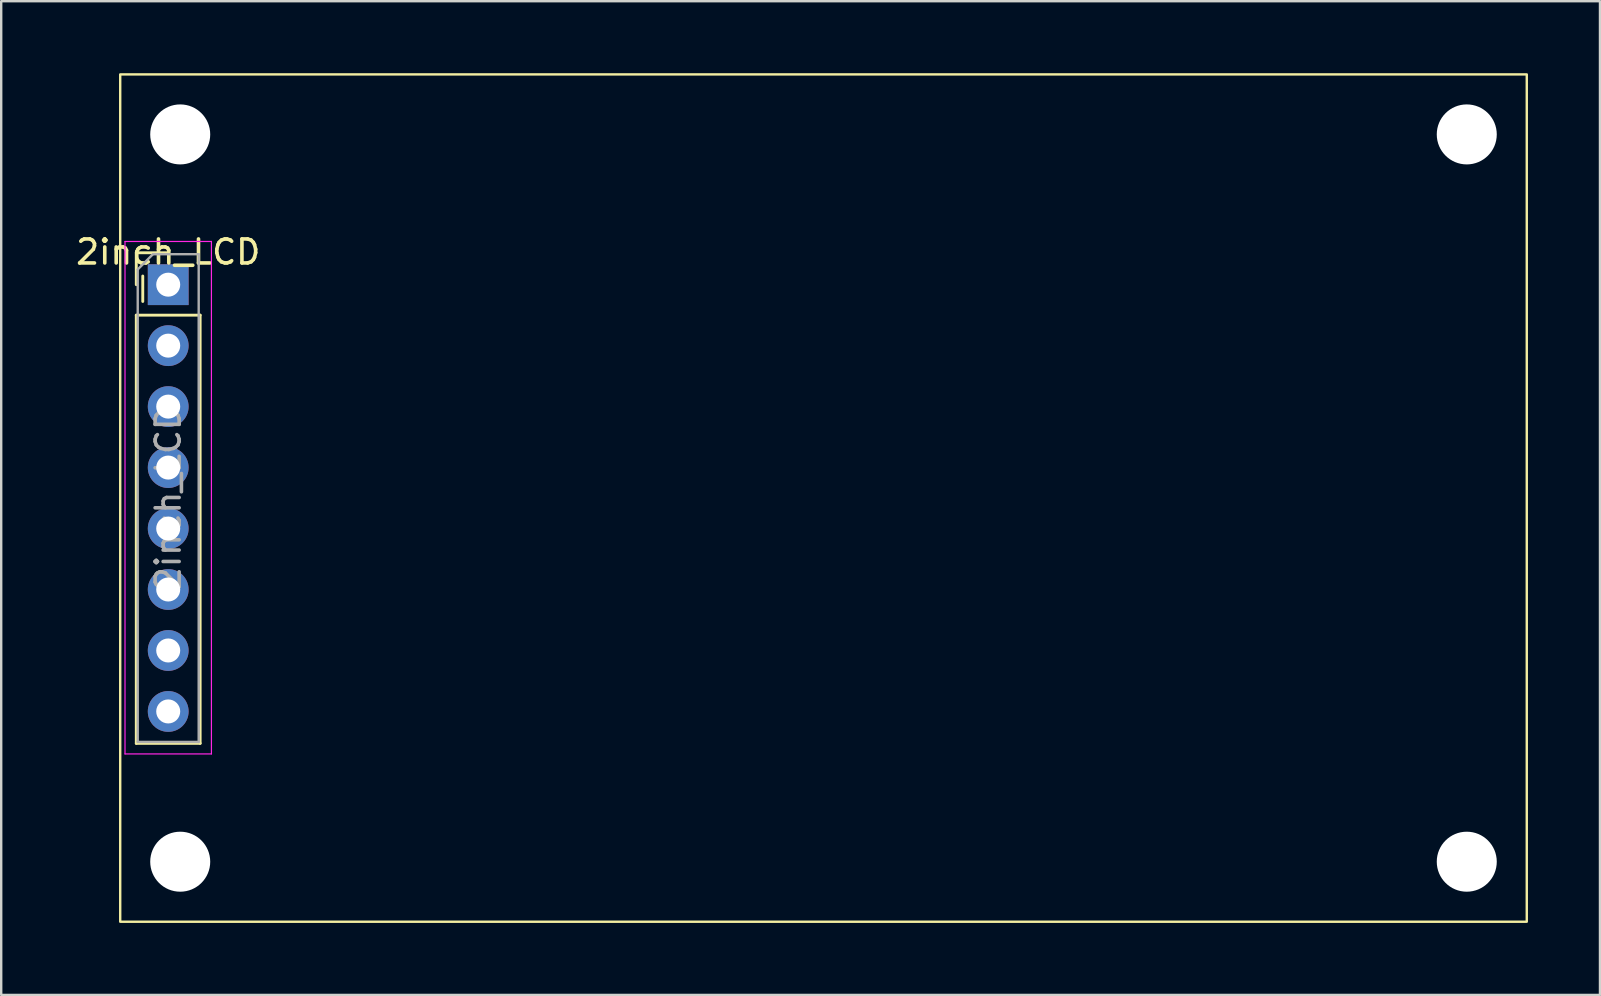
<source format=kicad_pcb>
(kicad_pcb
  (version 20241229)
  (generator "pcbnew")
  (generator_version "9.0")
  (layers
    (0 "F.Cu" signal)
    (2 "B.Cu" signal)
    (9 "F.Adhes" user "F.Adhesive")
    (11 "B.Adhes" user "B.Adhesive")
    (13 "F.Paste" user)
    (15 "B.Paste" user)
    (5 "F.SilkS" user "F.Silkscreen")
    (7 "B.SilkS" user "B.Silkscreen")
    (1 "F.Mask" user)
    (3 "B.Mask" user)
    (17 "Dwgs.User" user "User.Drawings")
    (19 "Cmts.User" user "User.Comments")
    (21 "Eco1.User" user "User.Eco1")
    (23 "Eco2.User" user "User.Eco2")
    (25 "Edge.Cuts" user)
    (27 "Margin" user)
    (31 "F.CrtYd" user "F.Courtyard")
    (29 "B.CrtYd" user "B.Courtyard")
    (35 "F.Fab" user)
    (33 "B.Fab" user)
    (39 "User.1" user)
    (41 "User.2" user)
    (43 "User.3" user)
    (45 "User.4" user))
  (footprint "2inch_LCD"
    (layer "F.Cu")
    (at 3.958 17.7)
    (property "Reference" "2inch_LCD" (at 0 -10.25 0) (layer "F.SilkS") (effects (font (size 1 1) (thickness 0.15))))
    (attr through_hole)
    (fp_line (start -1.33 -10.22) (end 0 -10.22) (stroke (width 0.12) (type solid)) (layer "F.SilkS"))
    (fp_line (start -1.33 -8.89) (end -1.33 -10.22) (stroke (width 0.12) (type solid)) (layer "F.SilkS"))
    (fp_line (start -1.33 -7.62) (end -1.33 10.22) (stroke (width 0.12) (type solid)) (layer "F.SilkS"))
    (fp_line (start -1.33 -7.62) (end 1.33 -7.62) (stroke (width 0.12) (type solid)) (layer "F.SilkS"))
    (fp_line (start -1.33 10.22) (end 1.33 10.22) (stroke (width 0.12) (type solid)) (layer "F.SilkS"))
    (fp_line (start -1.06 -8.19) (end -1.06 -9.25) (stroke (width 0.12) (type solid)) (layer "F.SilkS"))
    (fp_line (start 1.33 -7.62) (end 1.33 10.22) (stroke (width 0.12) (type solid)) (layer "F.SilkS"))
    (fp_rect (start -2 -17.65) (end 56.6 17.65) (stroke (width 0.1) (type default)) (fill no) (layer "F.SilkS"))
    (fp_line (start -1.8 -10.69) (end -1.8 10.66) (stroke (width 0.05) (type solid)) (layer "F.CrtYd"))
    (fp_line (start -1.8 10.66) (end 1.8 10.66) (stroke (width 0.05) (type solid)) (layer "F.CrtYd"))
    (fp_line (start 1.8 -10.69) (end -1.8 -10.69) (stroke (width 0.05) (type solid)) (layer "F.CrtYd"))
    (fp_line (start 1.8 10.66) (end 1.8 -10.69) (stroke (width 0.05) (type solid)) (layer "F.CrtYd"))
    (fp_line (start -1.27 -9.525) (end -0.635 -10.16) (stroke (width 0.1) (type solid)) (layer "F.Fab"))
    (fp_line (start -1.27 10.16) (end -1.27 -9.525) (stroke (width 0.1) (type solid)) (layer "F.Fab"))
    (fp_line (start -0.635 -10.16) (end 1.27 -10.16) (stroke (width 0.1) (type solid)) (layer "F.Fab"))
    (fp_line (start 1.27 -10.16) (end 1.27 10.16) (stroke (width 0.1) (type solid)) (layer "F.Fab"))
    (fp_line (start 1.27 10.16) (end -1.27 10.16) (stroke (width 0.1) (type solid)) (layer "F.Fab"))
    (fp_text user "${REFERENCE}" (at 0 0 90) (layer "F.Fab") (effects (font (size 1 1) (thickness 0.15))))
    (pad "" np_thru_hole circle (at 0.5 -15.15) (size 2.5 2.5) (drill 2.5) (layers "*.Cu" "*.Mask"))
    (pad "" np_thru_hole circle (at 0.5 15.15) (size 2.5 2.5) (drill 2.5) (layers "*.Cu" "*.Mask"))
    (pad "" np_thru_hole circle (at 54.1 -15.15) (size 2.5 2.5) (drill 2.5) (layers "*.Cu" "*.Mask"))
    (pad "" np_thru_hole circle (at 54.1 15.15) (size 2.5 2.5) (drill 2.5) (layers "*.Cu" "*.Mask"))
    (pad "1" thru_hole rect (at 0 -8.89) (size 1.7 1.7) (drill 1) (layers "*.Cu" "*.Mask"))
    (pad "2" thru_hole oval (at 0 -6.35) (size 1.7 1.7) (drill 1) (layers "*.Cu" "*.Mask"))
    (pad "3" thru_hole oval (at 0 -3.81) (size 1.7 1.7) (drill 1) (layers "*.Cu" "*.Mask"))
    (pad "4" thru_hole oval (at 0 -1.27) (size 1.7 1.7) (drill 1) (layers "*.Cu" "*.Mask"))
    (pad "5" thru_hole oval (at 0 1.27) (size 1.7 1.7) (drill 1) (layers "*.Cu" "*.Mask"))
    (pad "6" thru_hole oval (at 0 3.81) (size 1.7 1.7) (drill 1) (layers "*.Cu" "*.Mask"))
    (pad "7" thru_hole oval (at 0 6.35) (size 1.7 1.7) (drill 1) (layers "*.Cu" "*.Mask"))
    (pad "8" thru_hole oval (at 0 8.89) (size 1.7 1.7) (drill 1) (layers "*.Cu" "*.Mask")))
  (gr_rect
    (start -3 -3)
    (end 63.608 38.4)
    (stroke (width 0.1) (type default))
    (fill no)
    (layer "Edge.Cuts")))
</source>
